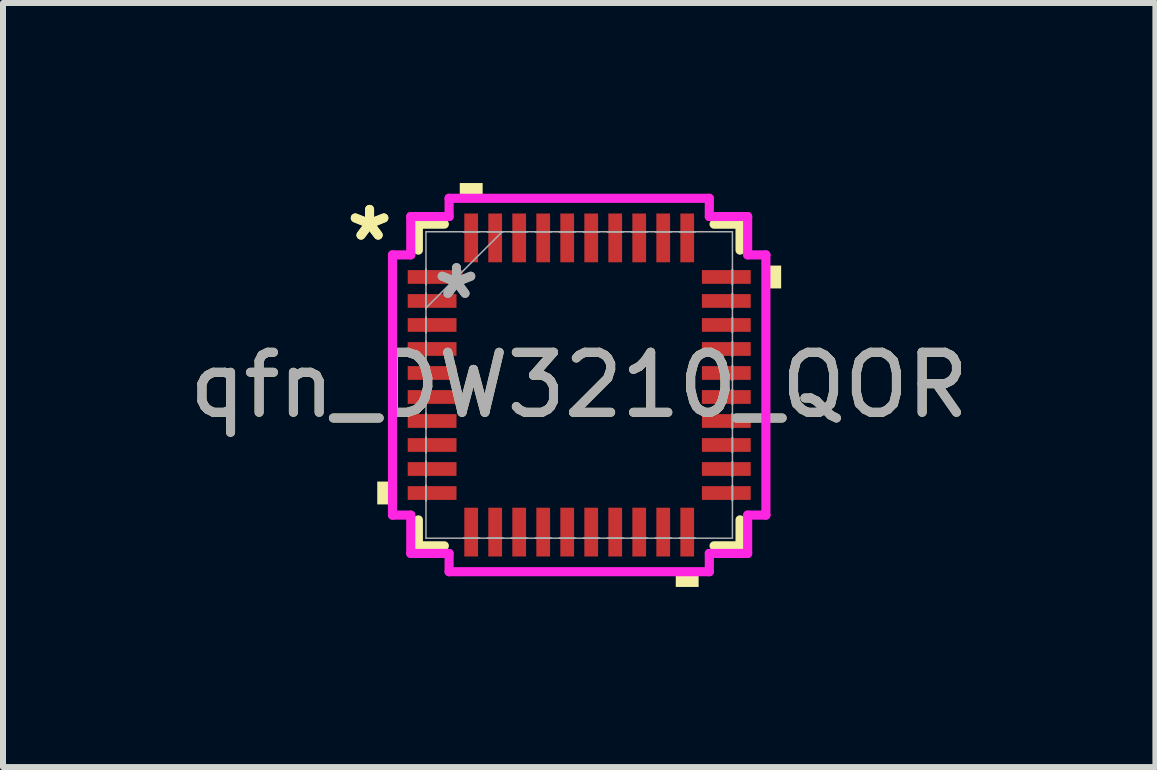
<source format=kicad_pcb>
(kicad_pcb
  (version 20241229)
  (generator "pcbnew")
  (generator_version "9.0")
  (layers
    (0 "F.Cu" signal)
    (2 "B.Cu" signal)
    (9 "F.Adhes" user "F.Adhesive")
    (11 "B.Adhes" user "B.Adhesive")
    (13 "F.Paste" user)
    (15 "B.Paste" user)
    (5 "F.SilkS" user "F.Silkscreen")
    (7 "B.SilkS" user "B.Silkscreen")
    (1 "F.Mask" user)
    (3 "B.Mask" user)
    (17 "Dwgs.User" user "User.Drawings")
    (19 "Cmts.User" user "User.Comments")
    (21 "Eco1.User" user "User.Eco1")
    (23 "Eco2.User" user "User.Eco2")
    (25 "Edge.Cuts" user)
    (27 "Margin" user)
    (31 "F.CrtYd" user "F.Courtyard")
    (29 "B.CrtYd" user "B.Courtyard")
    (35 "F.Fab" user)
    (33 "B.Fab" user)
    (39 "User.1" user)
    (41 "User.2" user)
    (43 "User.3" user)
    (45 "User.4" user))
  (footprint "qfn_DW3210_QOR"
    (layer "F.Cu")
    (at 6.601 3.365)
    (property "Reference" "qfn_DW3210_QOR" (at 0 0 0) (unlocked yes) (layer "F.SilkS") (effects (font (size 1 1) (thickness 0.15))))
    (attr smd)
    (fp_line (start -2.68 -2.68) (end -2.68 -2.247) (stroke (width 0.152) (type solid)) (layer "F.SilkS"))
    (fp_line (start -2.68 2.247) (end -2.68 2.68) (stroke (width 0.152) (type solid)) (layer "F.SilkS"))
    (fp_line (start -2.68 2.68) (end -2.247 2.68) (stroke (width 0.152) (type solid)) (layer "F.SilkS"))
    (fp_line (start -2.247 -2.68) (end -2.68 -2.68) (stroke (width 0.152) (type solid)) (layer "F.SilkS"))
    (fp_line (start 2.247 2.68) (end 2.68 2.68) (stroke (width 0.152) (type solid)) (layer "F.SilkS"))
    (fp_line (start 2.68 -2.68) (end 2.247 -2.68) (stroke (width 0.152) (type solid)) (layer "F.SilkS"))
    (fp_line (start 2.68 -2.247) (end 2.68 -2.68) (stroke (width 0.152) (type solid)) (layer "F.SilkS"))
    (fp_line (start 2.68 2.68) (end 2.68 2.247) (stroke (width 0.152) (type solid)) (layer "F.SilkS"))
    (fp_poly (pts (xy -3.365 1.609) (xy -3.365 1.99) (xy -3.111 1.99) (xy -3.111 1.609)) (stroke (width 0) (type solid)) (fill yes) (layer "F.SilkS"))
    (fp_poly (pts (xy -1.99 -3.111) (xy -1.99 -3.365) (xy -1.609 -3.365) (xy -1.609 -3.111)) (stroke (width 0) (type solid)) (fill yes) (layer "F.SilkS"))
    (fp_poly (pts (xy 1.609 3.111) (xy 1.609 3.365) (xy 1.99 3.365) (xy 1.99 3.111)) (stroke (width 0) (type solid)) (fill yes) (layer "F.SilkS"))
    (fp_poly (pts (xy 3.365 -1.99) (xy 3.365 -1.609) (xy 3.111 -1.609) (xy 3.111 -1.99)) (stroke (width 0) (type solid)) (fill yes) (layer "F.SilkS"))
    (fp_line (start -3.111 -2.168) (end -2.807 -2.168) (stroke (width 0.152) (type solid)) (layer "F.CrtYd"))
    (fp_line (start -3.111 2.168) (end -3.111 -2.168) (stroke (width 0.152) (type solid)) (layer "F.CrtYd"))
    (fp_line (start -3.111 2.168) (end -2.807 2.168) (stroke (width 0.152) (type solid)) (layer "F.CrtYd"))
    (fp_line (start -2.807 -2.807) (end -2.168 -2.807) (stroke (width 0.152) (type solid)) (layer "F.CrtYd"))
    (fp_line (start -2.807 -2.168) (end -2.807 -2.807) (stroke (width 0.152) (type solid)) (layer "F.CrtYd"))
    (fp_line (start -2.807 2.807) (end -2.807 2.168) (stroke (width 0.152) (type solid)) (layer "F.CrtYd"))
    (fp_line (start -2.168 -3.111) (end 2.168 -3.111) (stroke (width 0.152) (type solid)) (layer "F.CrtYd"))
    (fp_line (start -2.168 -2.807) (end -2.168 -3.111) (stroke (width 0.152) (type solid)) (layer "F.CrtYd"))
    (fp_line (start -2.168 2.807) (end -2.807 2.807) (stroke (width 0.152) (type solid)) (layer "F.CrtYd"))
    (fp_line (start -2.168 3.111) (end -2.168 2.807) (stroke (width 0.152) (type solid)) (layer "F.CrtYd"))
    (fp_line (start 2.168 -3.111) (end 2.168 -2.807) (stroke (width 0.152) (type solid)) (layer "F.CrtYd"))
    (fp_line (start 2.168 -2.807) (end 2.807 -2.807) (stroke (width 0.152) (type solid)) (layer "F.CrtYd"))
    (fp_line (start 2.168 2.807) (end 2.168 3.111) (stroke (width 0.152) (type solid)) (layer "F.CrtYd"))
    (fp_line (start 2.168 3.111) (end -2.168 3.111) (stroke (width 0.152) (type solid)) (layer "F.CrtYd"))
    (fp_line (start 2.807 -2.807) (end 2.807 -2.168) (stroke (width 0.152) (type solid)) (layer "F.CrtYd"))
    (fp_line (start 2.807 -2.168) (end 3.111 -2.168) (stroke (width 0.152) (type solid)) (layer "F.CrtYd"))
    (fp_line (start 2.807 2.168) (end 2.807 2.807) (stroke (width 0.152) (type solid)) (layer "F.CrtYd"))
    (fp_line (start 2.807 2.807) (end 2.168 2.807) (stroke (width 0.152) (type solid)) (layer "F.CrtYd"))
    (fp_line (start 3.111 -2.168) (end 3.111 2.168) (stroke (width 0.152) (type solid)) (layer "F.CrtYd"))
    (fp_line (start 3.111 2.168) (end 2.807 2.168) (stroke (width 0.152) (type solid)) (layer "F.CrtYd"))
    (fp_line (start -2.553 -2.553) (end -2.553 2.553) (stroke (width 0.025) (type solid)) (layer "F.Fab"))
    (fp_line (start -2.553 -1.927) (end -2.553 -1.927) (stroke (width 0.025) (type solid)) (layer "F.Fab"))
    (fp_line (start -2.553 -1.927) (end -2.553 -1.673) (stroke (width 0.025) (type solid)) (layer "F.Fab"))
    (fp_line (start -2.553 -1.673) (end -2.553 -1.927) (stroke (width 0.025) (type solid)) (layer "F.Fab"))
    (fp_line (start -2.553 -1.673) (end -2.553 -1.673) (stroke (width 0.025) (type solid)) (layer "F.Fab"))
    (fp_line (start -2.553 -1.527) (end -2.553 -1.527) (stroke (width 0.025) (type solid)) (layer "F.Fab"))
    (fp_line (start -2.553 -1.527) (end -2.553 -1.273) (stroke (width 0.025) (type solid)) (layer "F.Fab"))
    (fp_line (start -2.553 -1.283) (end -1.283 -2.553) (stroke (width 0.025) (type solid)) (layer "F.Fab"))
    (fp_line (start -2.553 -1.273) (end -2.553 -1.527) (stroke (width 0.025) (type solid)) (layer "F.Fab"))
    (fp_line (start -2.553 -1.273) (end -2.553 -1.273) (stroke (width 0.025) (type solid)) (layer "F.Fab"))
    (fp_line (start -2.553 -1.127) (end -2.553 -1.127) (stroke (width 0.025) (type solid)) (layer "F.Fab"))
    (fp_line (start -2.553 -1.127) (end -2.553 -0.873) (stroke (width 0.025) (type solid)) (layer "F.Fab"))
    (fp_line (start -2.553 -0.873) (end -2.553 -1.127) (stroke (width 0.025) (type solid)) (layer "F.Fab"))
    (fp_line (start -2.553 -0.873) (end -2.553 -0.873) (stroke (width 0.025) (type solid)) (layer "F.Fab"))
    (fp_line (start -2.553 -0.727) (end -2.553 -0.727) (stroke (width 0.025) (type solid)) (layer "F.Fab"))
    (fp_line (start -2.553 -0.727) (end -2.553 -0.473) (stroke (width 0.025) (type solid)) (layer "F.Fab"))
    (fp_line (start -2.553 -0.473) (end -2.553 -0.727) (stroke (width 0.025) (type solid)) (layer "F.Fab"))
    (fp_line (start -2.553 -0.473) (end -2.553 -0.473) (stroke (width 0.025) (type solid)) (layer "F.Fab"))
    (fp_line (start -2.553 -0.327) (end -2.553 -0.327) (stroke (width 0.025) (type solid)) (layer "F.Fab"))
    (fp_line (start -2.553 -0.327) (end -2.553 -0.073) (stroke (width 0.025) (type solid)) (layer "F.Fab"))
    (fp_line (start -2.553 -0.073) (end -2.553 -0.327) (stroke (width 0.025) (type solid)) (layer "F.Fab"))
    (fp_line (start -2.553 -0.073) (end -2.553 -0.073) (stroke (width 0.025) (type solid)) (layer "F.Fab"))
    (fp_line (start -2.553 0.073) (end -2.553 0.073) (stroke (width 0.025) (type solid)) (layer "F.Fab"))
    (fp_line (start -2.553 0.073) (end -2.553 0.327) (stroke (width 0.025) (type solid)) (layer "F.Fab"))
    (fp_line (start -2.553 0.327) (end -2.553 0.073) (stroke (width 0.025) (type solid)) (layer "F.Fab"))
    (fp_line (start -2.553 0.327) (end -2.553 0.327) (stroke (width 0.025) (type solid)) (layer "F.Fab"))
    (fp_line (start -2.553 0.473) (end -2.553 0.473) (stroke (width 0.025) (type solid)) (layer "F.Fab"))
    (fp_line (start -2.553 0.473) (end -2.553 0.727) (stroke (width 0.025) (type solid)) (layer "F.Fab"))
    (fp_line (start -2.553 0.727) (end -2.553 0.473) (stroke (width 0.025) (type solid)) (layer "F.Fab"))
    (fp_line (start -2.553 0.727) (end -2.553 0.727) (stroke (width 0.025) (type solid)) (layer "F.Fab"))
    (fp_line (start -2.553 0.873) (end -2.553 0.873) (stroke (width 0.025) (type solid)) (layer "F.Fab"))
    (fp_line (start -2.553 0.873) (end -2.553 1.127) (stroke (width 0.025) (type solid)) (layer "F.Fab"))
    (fp_line (start -2.553 1.127) (end -2.553 0.873) (stroke (width 0.025) (type solid)) (layer "F.Fab"))
    (fp_line (start -2.553 1.127) (end -2.553 1.127) (stroke (width 0.025) (type solid)) (layer "F.Fab"))
    (fp_line (start -2.553 1.273) (end -2.553 1.273) (stroke (width 0.025) (type solid)) (layer "F.Fab"))
    (fp_line (start -2.553 1.273) (end -2.553 1.527) (stroke (width 0.025) (type solid)) (layer "F.Fab"))
    (fp_line (start -2.553 1.527) (end -2.553 1.273) (stroke (width 0.025) (type solid)) (layer "F.Fab"))
    (fp_line (start -2.553 1.527) (end -2.553 1.527) (stroke (width 0.025) (type solid)) (layer "F.Fab"))
    (fp_line (start -2.553 1.673) (end -2.553 1.673) (stroke (width 0.025) (type solid)) (layer "F.Fab"))
    (fp_line (start -2.553 1.673) (end -2.553 1.927) (stroke (width 0.025) (type solid)) (layer "F.Fab"))
    (fp_line (start -2.553 1.927) (end -2.553 1.673) (stroke (width 0.025) (type solid)) (layer "F.Fab"))
    (fp_line (start -2.553 1.927) (end -2.553 1.927) (stroke (width 0.025) (type solid)) (layer "F.Fab"))
    (fp_line (start -2.553 2.553) (end 2.553 2.553) (stroke (width 0.025) (type solid)) (layer "F.Fab"))
    (fp_line (start -1.927 -2.553) (end -1.927 -2.553) (stroke (width 0.025) (type solid)) (layer "F.Fab"))
    (fp_line (start -1.927 -2.553) (end -1.673 -2.553) (stroke (width 0.025) (type solid)) (layer "F.Fab"))
    (fp_line (start -1.927 2.553) (end -1.927 2.553) (stroke (width 0.025) (type solid)) (layer "F.Fab"))
    (fp_line (start -1.927 2.553) (end -1.673 2.553) (stroke (width 0.025) (type solid)) (layer "F.Fab"))
    (fp_line (start -1.673 -2.553) (end -1.927 -2.553) (stroke (width 0.025) (type solid)) (layer "F.Fab"))
    (fp_line (start -1.673 -2.553) (end -1.673 -2.553) (stroke (width 0.025) (type solid)) (layer "F.Fab"))
    (fp_line (start -1.673 2.553) (end -1.927 2.553) (stroke (width 0.025) (type solid)) (layer "F.Fab"))
    (fp_line (start -1.673 2.553) (end -1.673 2.553) (stroke (width 0.025) (type solid)) (layer "F.Fab"))
    (fp_line (start -1.527 -2.553) (end -1.527 -2.553) (stroke (width 0.025) (type solid)) (layer "F.Fab"))
    (fp_line (start -1.527 -2.553) (end -1.273 -2.553) (stroke (width 0.025) (type solid)) (layer "F.Fab"))
    (fp_line (start -1.527 2.553) (end -1.527 2.553) (stroke (width 0.025) (type solid)) (layer "F.Fab"))
    (fp_line (start -1.527 2.553) (end -1.273 2.553) (stroke (width 0.025) (type solid)) (layer "F.Fab"))
    (fp_line (start -1.273 -2.553) (end -1.527 -2.553) (stroke (width 0.025) (type solid)) (layer "F.Fab"))
    (fp_line (start -1.273 -2.553) (end -1.273 -2.553) (stroke (width 0.025) (type solid)) (layer "F.Fab"))
    (fp_line (start -1.273 2.553) (end -1.527 2.553) (stroke (width 0.025) (type solid)) (layer "F.Fab"))
    (fp_line (start -1.273 2.553) (end -1.273 2.553) (stroke (width 0.025) (type solid)) (layer "F.Fab"))
    (fp_line (start -1.127 -2.553) (end -1.127 -2.553) (stroke (width 0.025) (type solid)) (layer "F.Fab"))
    (fp_line (start -1.127 -2.553) (end -0.873 -2.553) (stroke (width 0.025) (type solid)) (layer "F.Fab"))
    (fp_line (start -1.127 2.553) (end -1.127 2.553) (stroke (width 0.025) (type solid)) (layer "F.Fab"))
    (fp_line (start -1.127 2.553) (end -0.873 2.553) (stroke (width 0.025) (type solid)) (layer "F.Fab"))
    (fp_line (start -0.873 -2.553) (end -1.127 -2.553) (stroke (width 0.025) (type solid)) (layer "F.Fab"))
    (fp_line (start -0.873 -2.553) (end -0.873 -2.553) (stroke (width 0.025) (type solid)) (layer "F.Fab"))
    (fp_line (start -0.873 2.553) (end -1.127 2.553) (stroke (width 0.025) (type solid)) (layer "F.Fab"))
    (fp_line (start -0.873 2.553) (end -0.873 2.553) (stroke (width 0.025) (type solid)) (layer "F.Fab"))
    (fp_line (start -0.727 -2.553) (end -0.727 -2.553) (stroke (width 0.025) (type solid)) (layer "F.Fab"))
    (fp_line (start -0.727 -2.553) (end -0.473 -2.553) (stroke (width 0.025) (type solid)) (layer "F.Fab"))
    (fp_line (start -0.727 2.553) (end -0.727 2.553) (stroke (width 0.025) (type solid)) (layer "F.Fab"))
    (fp_line (start -0.727 2.553) (end -0.473 2.553) (stroke (width 0.025) (type solid)) (layer "F.Fab"))
    (fp_line (start -0.473 -2.553) (end -0.727 -2.553) (stroke (width 0.025) (type solid)) (layer "F.Fab"))
    (fp_line (start -0.473 -2.553) (end -0.473 -2.553) (stroke (width 0.025) (type solid)) (layer "F.Fab"))
    (fp_line (start -0.473 2.553) (end -0.727 2.553) (stroke (width 0.025) (type solid)) (layer "F.Fab"))
    (fp_line (start -0.473 2.553) (end -0.473 2.553) (stroke (width 0.025) (type solid)) (layer "F.Fab"))
    (fp_line (start -0.327 -2.553) (end -0.327 -2.553) (stroke (width 0.025) (type solid)) (layer "F.Fab"))
    (fp_line (start -0.327 -2.553) (end -0.073 -2.553) (stroke (width 0.025) (type solid)) (layer "F.Fab"))
    (fp_line (start -0.327 2.553) (end -0.327 2.553) (stroke (width 0.025) (type solid)) (layer "F.Fab"))
    (fp_line (start -0.327 2.553) (end -0.073 2.553) (stroke (width 0.025) (type solid)) (layer "F.Fab"))
    (fp_line (start -0.073 -2.553) (end -0.327 -2.553) (stroke (width 0.025) (type solid)) (layer "F.Fab"))
    (fp_line (start -0.073 -2.553) (end -0.073 -2.553) (stroke (width 0.025) (type solid)) (layer "F.Fab"))
    (fp_line (start -0.073 2.553) (end -0.327 2.553) (stroke (width 0.025) (type solid)) (layer "F.Fab"))
    (fp_line (start -0.073 2.553) (end -0.073 2.553) (stroke (width 0.025) (type solid)) (layer "F.Fab"))
    (fp_line (start 0.073 -2.553) (end 0.073 -2.553) (stroke (width 0.025) (type solid)) (layer "F.Fab"))
    (fp_line (start 0.073 -2.553) (end 0.327 -2.553) (stroke (width 0.025) (type solid)) (layer "F.Fab"))
    (fp_line (start 0.073 2.553) (end 0.073 2.553) (stroke (width 0.025) (type solid)) (layer "F.Fab"))
    (fp_line (start 0.073 2.553) (end 0.327 2.553) (stroke (width 0.025) (type solid)) (layer "F.Fab"))
    (fp_line (start 0.327 -2.553) (end 0.073 -2.553) (stroke (width 0.025) (type solid)) (layer "F.Fab"))
    (fp_line (start 0.327 -2.553) (end 0.327 -2.553) (stroke (width 0.025) (type solid)) (layer "F.Fab"))
    (fp_line (start 0.327 2.553) (end 0.073 2.553) (stroke (width 0.025) (type solid)) (layer "F.Fab"))
    (fp_line (start 0.327 2.553) (end 0.327 2.553) (stroke (width 0.025) (type solid)) (layer "F.Fab"))
    (fp_line (start 0.473 -2.553) (end 0.473 -2.553) (stroke (width 0.025) (type solid)) (layer "F.Fab"))
    (fp_line (start 0.473 -2.553) (end 0.727 -2.553) (stroke (width 0.025) (type solid)) (layer "F.Fab"))
    (fp_line (start 0.473 2.553) (end 0.473 2.553) (stroke (width 0.025) (type solid)) (layer "F.Fab"))
    (fp_line (start 0.473 2.553) (end 0.727 2.553) (stroke (width 0.025) (type solid)) (layer "F.Fab"))
    (fp_line (start 0.727 -2.553) (end 0.473 -2.553) (stroke (width 0.025) (type solid)) (layer "F.Fab"))
    (fp_line (start 0.727 -2.553) (end 0.727 -2.553) (stroke (width 0.025) (type solid)) (layer "F.Fab"))
    (fp_line (start 0.727 2.553) (end 0.473 2.553) (stroke (width 0.025) (type solid)) (layer "F.Fab"))
    (fp_line (start 0.727 2.553) (end 0.727 2.553) (stroke (width 0.025) (type solid)) (layer "F.Fab"))
    (fp_line (start 0.873 -2.553) (end 0.873 -2.553) (stroke (width 0.025) (type solid)) (layer "F.Fab"))
    (fp_line (start 0.873 -2.553) (end 1.127 -2.553) (stroke (width 0.025) (type solid)) (layer "F.Fab"))
    (fp_line (start 0.873 2.553) (end 0.873 2.553) (stroke (width 0.025) (type solid)) (layer "F.Fab"))
    (fp_line (start 0.873 2.553) (end 1.127 2.553) (stroke (width 0.025) (type solid)) (layer "F.Fab"))
    (fp_line (start 1.127 -2.553) (end 0.873 -2.553) (stroke (width 0.025) (type solid)) (layer "F.Fab"))
    (fp_line (start 1.127 -2.553) (end 1.127 -2.553) (stroke (width 0.025) (type solid)) (layer "F.Fab"))
    (fp_line (start 1.127 2.553) (end 0.873 2.553) (stroke (width 0.025) (type solid)) (layer "F.Fab"))
    (fp_line (start 1.127 2.553) (end 1.127 2.553) (stroke (width 0.025) (type solid)) (layer "F.Fab"))
    (fp_line (start 1.273 -2.553) (end 1.273 -2.553) (stroke (width 0.025) (type solid)) (layer "F.Fab"))
    (fp_line (start 1.273 -2.553) (end 1.527 -2.553) (stroke (width 0.025) (type solid)) (layer "F.Fab"))
    (fp_line (start 1.273 2.553) (end 1.273 2.553) (stroke (width 0.025) (type solid)) (layer "F.Fab"))
    (fp_line (start 1.273 2.553) (end 1.527 2.553) (stroke (width 0.025) (type solid)) (layer "F.Fab"))
    (fp_line (start 1.527 -2.553) (end 1.273 -2.553) (stroke (width 0.025) (type solid)) (layer "F.Fab"))
    (fp_line (start 1.527 -2.553) (end 1.527 -2.553) (stroke (width 0.025) (type solid)) (layer "F.Fab"))
    (fp_line (start 1.527 2.553) (end 1.273 2.553) (stroke (width 0.025) (type solid)) (layer "F.Fab"))
    (fp_line (start 1.527 2.553) (end 1.527 2.553) (stroke (width 0.025) (type solid)) (layer "F.Fab"))
    (fp_line (start 1.673 -2.553) (end 1.673 -2.553) (stroke (width 0.025) (type solid)) (layer "F.Fab"))
    (fp_line (start 1.673 -2.553) (end 1.927 -2.553) (stroke (width 0.025) (type solid)) (layer "F.Fab"))
    (fp_line (start 1.673 2.553) (end 1.673 2.553) (stroke (width 0.025) (type solid)) (layer "F.Fab"))
    (fp_line (start 1.673 2.553) (end 1.927 2.553) (stroke (width 0.025) (type solid)) (layer "F.Fab"))
    (fp_line (start 1.927 -2.553) (end 1.673 -2.553) (stroke (width 0.025) (type solid)) (layer "F.Fab"))
    (fp_line (start 1.927 -2.553) (end 1.927 -2.553) (stroke (width 0.025) (type solid)) (layer "F.Fab"))
    (fp_line (start 1.927 2.553) (end 1.673 2.553) (stroke (width 0.025) (type solid)) (layer "F.Fab"))
    (fp_line (start 1.927 2.553) (end 1.927 2.553) (stroke (width 0.025) (type solid)) (layer "F.Fab"))
    (fp_line (start 2.553 -2.553) (end -2.553 -2.553) (stroke (width 0.025) (type solid)) (layer "F.Fab"))
    (fp_line (start 2.553 -1.927) (end 2.553 -1.927) (stroke (width 0.025) (type solid)) (layer "F.Fab"))
    (fp_line (start 2.553 -1.927) (end 2.553 -1.673) (stroke (width 0.025) (type solid)) (layer "F.Fab"))
    (fp_line (start 2.553 -1.673) (end 2.553 -1.927) (stroke (width 0.025) (type solid)) (layer "F.Fab"))
    (fp_line (start 2.553 -1.673) (end 2.553 -1.673) (stroke (width 0.025) (type solid)) (layer "F.Fab"))
    (fp_line (start 2.553 -1.527) (end 2.553 -1.527) (stroke (width 0.025) (type solid)) (layer "F.Fab"))
    (fp_line (start 2.553 -1.527) (end 2.553 -1.273) (stroke (width 0.025) (type solid)) (layer "F.Fab"))
    (fp_line (start 2.553 -1.273) (end 2.553 -1.527) (stroke (width 0.025) (type solid)) (layer "F.Fab"))
    (fp_line (start 2.553 -1.273) (end 2.553 -1.273) (stroke (width 0.025) (type solid)) (layer "F.Fab"))
    (fp_line (start 2.553 -1.127) (end 2.553 -1.127) (stroke (width 0.025) (type solid)) (layer "F.Fab"))
    (fp_line (start 2.553 -1.127) (end 2.553 -0.873) (stroke (width 0.025) (type solid)) (layer "F.Fab"))
    (fp_line (start 2.553 -0.873) (end 2.553 -1.127) (stroke (width 0.025) (type solid)) (layer "F.Fab"))
    (fp_line (start 2.553 -0.873) (end 2.553 -0.873) (stroke (width 0.025) (type solid)) (layer "F.Fab"))
    (fp_line (start 2.553 -0.727) (end 2.553 -0.727) (stroke (width 0.025) (type solid)) (layer "F.Fab"))
    (fp_line (start 2.553 -0.727) (end 2.553 -0.473) (stroke (width 0.025) (type solid)) (layer "F.Fab"))
    (fp_line (start 2.553 -0.473) (end 2.553 -0.727) (stroke (width 0.025) (type solid)) (layer "F.Fab"))
    (fp_line (start 2.553 -0.473) (end 2.553 -0.473) (stroke (width 0.025) (type solid)) (layer "F.Fab"))
    (fp_line (start 2.553 -0.327) (end 2.553 -0.327) (stroke (width 0.025) (type solid)) (layer "F.Fab"))
    (fp_line (start 2.553 -0.327) (end 2.553 -0.073) (stroke (width 0.025) (type solid)) (layer "F.Fab"))
    (fp_line (start 2.553 -0.073) (end 2.553 -0.327) (stroke (width 0.025) (type solid)) (layer "F.Fab"))
    (fp_line (start 2.553 -0.073) (end 2.553 -0.073) (stroke (width 0.025) (type solid)) (layer "F.Fab"))
    (fp_line (start 2.553 0.073) (end 2.553 0.073) (stroke (width 0.025) (type solid)) (layer "F.Fab"))
    (fp_line (start 2.553 0.073) (end 2.553 0.327) (stroke (width 0.025) (type solid)) (layer "F.Fab"))
    (fp_line (start 2.553 0.327) (end 2.553 0.073) (stroke (width 0.025) (type solid)) (layer "F.Fab"))
    (fp_line (start 2.553 0.327) (end 2.553 0.327) (stroke (width 0.025) (type solid)) (layer "F.Fab"))
    (fp_line (start 2.553 0.473) (end 2.553 0.473) (stroke (width 0.025) (type solid)) (layer "F.Fab"))
    (fp_line (start 2.553 0.473) (end 2.553 0.727) (stroke (width 0.025) (type solid)) (layer "F.Fab"))
    (fp_line (start 2.553 0.727) (end 2.553 0.473) (stroke (width 0.025) (type solid)) (layer "F.Fab"))
    (fp_line (start 2.553 0.727) (end 2.553 0.727) (stroke (width 0.025) (type solid)) (layer "F.Fab"))
    (fp_line (start 2.553 0.873) (end 2.553 0.873) (stroke (width 0.025) (type solid)) (layer "F.Fab"))
    (fp_line (start 2.553 0.873) (end 2.553 1.127) (stroke (width 0.025) (type solid)) (layer "F.Fab"))
    (fp_line (start 2.553 1.127) (end 2.553 0.873) (stroke (width 0.025) (type solid)) (layer "F.Fab"))
    (fp_line (start 2.553 1.127) (end 2.553 1.127) (stroke (width 0.025) (type solid)) (layer "F.Fab"))
    (fp_line (start 2.553 1.273) (end 2.553 1.273) (stroke (width 0.025) (type solid)) (layer "F.Fab"))
    (fp_line (start 2.553 1.273) (end 2.553 1.527) (stroke (width 0.025) (type solid)) (layer "F.Fab"))
    (fp_line (start 2.553 1.527) (end 2.553 1.273) (stroke (width 0.025) (type solid)) (layer "F.Fab"))
    (fp_line (start 2.553 1.527) (end 2.553 1.527) (stroke (width 0.025) (type solid)) (layer "F.Fab"))
    (fp_line (start 2.553 1.673) (end 2.553 1.673) (stroke (width 0.025) (type solid)) (layer "F.Fab"))
    (fp_line (start 2.553 1.673) (end 2.553 1.927) (stroke (width 0.025) (type solid)) (layer "F.Fab"))
    (fp_line (start 2.553 1.927) (end 2.553 1.673) (stroke (width 0.025) (type solid)) (layer "F.Fab"))
    (fp_line (start 2.553 1.927) (end 2.553 1.927) (stroke (width 0.025) (type solid)) (layer "F.Fab"))
    (fp_line (start 2.553 2.553) (end 2.553 -2.553) (stroke (width 0.025) (type solid)) (layer "F.Fab"))
    (fp_text user "*" (at -3.493 -2.381 0) (layer "F.SilkS") (effects (font (size 1 1) (thickness 0.15))))
    (fp_text user "*" (at -3.493 -2.381 0) (unlocked yes) (layer "F.SilkS") (effects (font (size 1 1) (thickness 0.15))))
    (fp_text user "*" (at -2.045 -1.41 0) (layer "F.Fab") (effects (font (size 1 1) (thickness 0.15))))
    (fp_text user "${REFERENCE}" (at 0 0 0) (unlocked yes) (layer "F.Fab") (effects (font (size 1 1) (thickness 0.15))))
    (fp_text user "*" (at -2.045 -1.41 0) (unlocked yes) (layer "F.Fab") (effects (font (size 1 1) (thickness 0.15))))
    (pad "1" smd rect (at -2.4 -1.8 90) (size 0.229 0.914) (layers "F.Cu" "F.Mask" "F.Paste"))
    (pad "2" smd rect (at -2.451 -1.4 90) (size 0.229 0.813) (layers "F.Cu" "F.Mask" "F.Paste"))
    (pad "3" smd rect (at -2.451 -1 90) (size 0.229 0.813) (layers "F.Cu" "F.Mask" "F.Paste"))
    (pad "4" smd rect (at -2.451 -0.6 90) (size 0.229 0.813) (layers "F.Cu" "F.Mask" "F.Paste"))
    (pad "5" smd rect (at -2.451 -0.2 90) (size 0.229 0.813) (layers "F.Cu" "F.Mask" "F.Paste"))
    (pad "6" smd rect (at -2.451 0.2 90) (size 0.229 0.813) (layers "F.Cu" "F.Mask" "F.Paste"))
    (pad "7" smd rect (at -2.451 0.6 90) (size 0.229 0.813) (layers "F.Cu" "F.Mask" "F.Paste"))
    (pad "8" smd rect (at -2.451 1 90) (size 0.229 0.813) (layers "F.Cu" "F.Mask" "F.Paste"))
    (pad "9" smd rect (at -2.451 1.4 90) (size 0.229 0.813) (layers "F.Cu" "F.Mask" "F.Paste"))
    (pad "10" smd rect (at -2.451 1.8 90) (size 0.229 0.813) (layers "F.Cu" "F.Mask" "F.Paste"))
    (pad "11" smd rect (at -1.8 2.451) (size 0.229 0.813) (layers "F.Cu" "F.Mask" "F.Paste"))
    (pad "12" smd rect (at -1.4 2.451) (size 0.229 0.813) (layers "F.Cu" "F.Mask" "F.Paste"))
    (pad "13" smd rect (at -1 2.451) (size 0.229 0.813) (layers "F.Cu" "F.Mask" "F.Paste"))
    (pad "14" smd rect (at -0.6 2.451) (size 0.229 0.813) (layers "F.Cu" "F.Mask" "F.Paste"))
    (pad "15" smd rect (at -0.2 2.451) (size 0.229 0.813) (layers "F.Cu" "F.Mask" "F.Paste"))
    (pad "16" smd rect (at 0.2 2.451) (size 0.229 0.813) (layers "F.Cu" "F.Mask" "F.Paste"))
    (pad "17" smd rect (at 0.6 2.451) (size 0.229 0.813) (layers "F.Cu" "F.Mask" "F.Paste"))
    (pad "18" smd rect (at 1 2.451) (size 0.229 0.813) (layers "F.Cu" "F.Mask" "F.Paste"))
    (pad "19" smd rect (at 1.4 2.451) (size 0.229 0.813) (layers "F.Cu" "F.Mask" "F.Paste"))
    (pad "20" smd rect (at 1.8 2.451) (size 0.229 0.813) (layers "F.Cu" "F.Mask" "F.Paste"))
    (pad "21" smd rect (at 2.451 1.8 90) (size 0.229 0.813) (layers "F.Cu" "F.Mask" "F.Paste"))
    (pad "22" smd rect (at 2.451 1.4 90) (size 0.229 0.813) (layers "F.Cu" "F.Mask" "F.Paste"))
    (pad "23" smd rect (at 2.451 1 90) (size 0.229 0.813) (layers "F.Cu" "F.Mask" "F.Paste"))
    (pad "24" smd rect (at 2.451 0.6 90) (size 0.229 0.813) (layers "F.Cu" "F.Mask" "F.Paste"))
    (pad "25" smd rect (at 2.451 0.2 90) (size 0.229 0.813) (layers "F.Cu" "F.Mask" "F.Paste"))
    (pad "26" smd rect (at 2.451 -0.2 90) (size 0.229 0.813) (layers "F.Cu" "F.Mask" "F.Paste"))
    (pad "27" smd rect (at 2.451 -0.6 90) (size 0.229 0.813) (layers "F.Cu" "F.Mask" "F.Paste"))
    (pad "28" smd rect (at 2.451 -1 90) (size 0.229 0.813) (layers "F.Cu" "F.Mask" "F.Paste"))
    (pad "29" smd rect (at 2.451 -1.4 90) (size 0.229 0.813) (layers "F.Cu" "F.Mask" "F.Paste"))
    (pad "30" smd rect (at 2.451 -1.8 90) (size 0.229 0.813) (layers "F.Cu" "F.Mask" "F.Paste"))
    (pad "31" smd rect (at 1.8 -2.451) (size 0.229 0.813) (layers "F.Cu" "F.Mask" "F.Paste"))
    (pad "32" smd rect (at 1.4 -2.451) (size 0.229 0.813) (layers "F.Cu" "F.Mask" "F.Paste"))
    (pad "33" smd rect (at 1 -2.451) (size 0.229 0.813) (layers "F.Cu" "F.Mask" "F.Paste"))
    (pad "34" smd rect (at 0.6 -2.451) (size 0.229 0.813) (layers "F.Cu" "F.Mask" "F.Paste"))
    (pad "35" smd rect (at 0.2 -2.451) (size 0.229 0.813) (layers "F.Cu" "F.Mask" "F.Paste"))
    (pad "36" smd rect (at -0.2 -2.451) (size 0.229 0.813) (layers "F.Cu" "F.Mask" "F.Paste"))
    (pad "37" smd rect (at -0.6 -2.451) (size 0.229 0.813) (layers "F.Cu" "F.Mask" "F.Paste"))
    (pad "38" smd rect (at -1 -2.451) (size 0.229 0.813) (layers "F.Cu" "F.Mask" "F.Paste"))
    (pad "39" smd rect (at -1.4 -2.451) (size 0.229 0.813) (layers "F.Cu" "F.Mask" "F.Paste"))
    (pad "40" smd rect (at -1.8 -2.451) (size 0.229 0.813) (layers "F.Cu" "F.Mask" "F.Paste")))
  (gr_rect
    (start -3 -3)
    (end 16.202 9.731)
    (stroke (width 0.1) (type default))
    (fill no)
    (layer "Edge.Cuts")))
</source>
